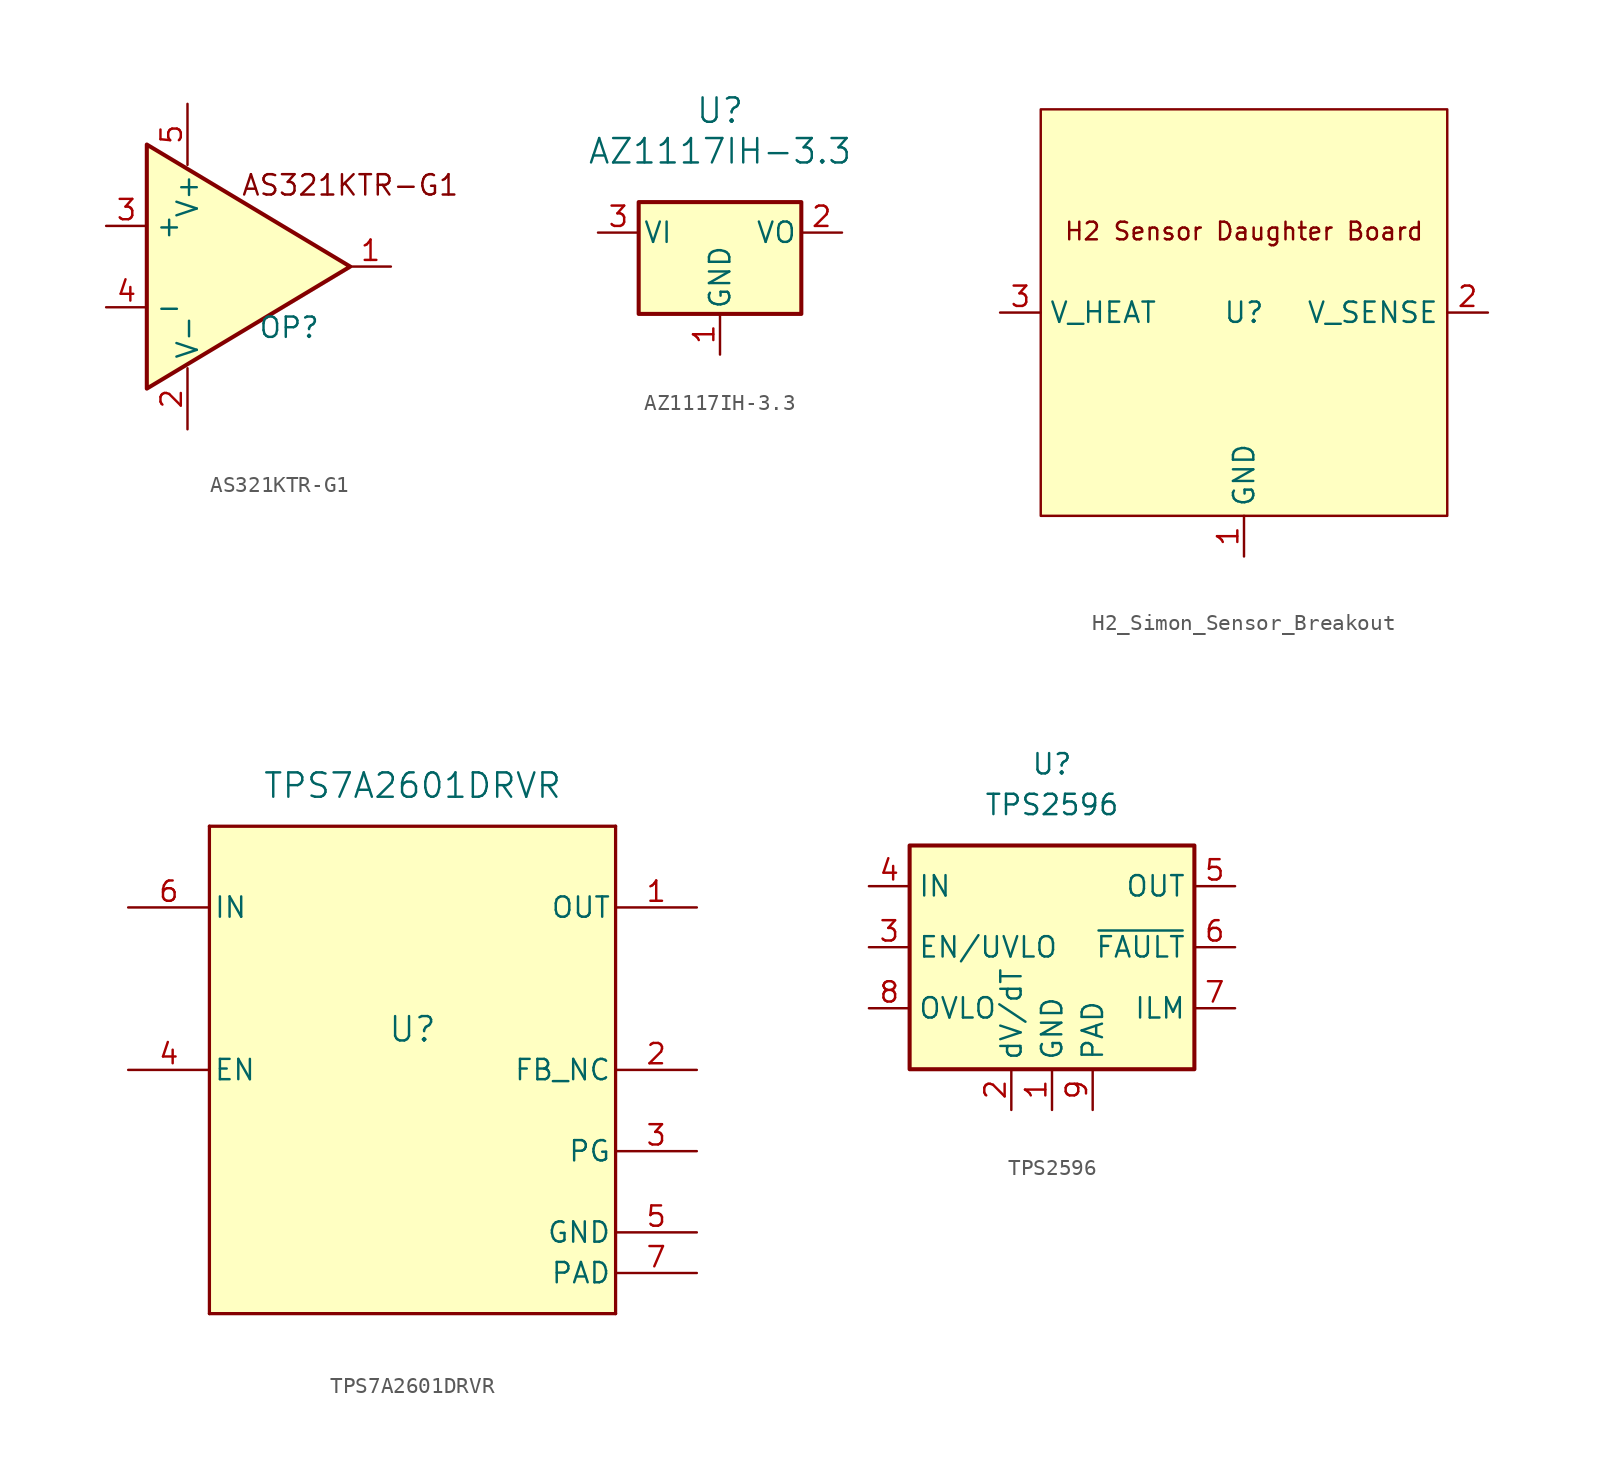
<source format=kicad_sym>
(kicad_symbol_lib
  (version 20220914)
  (generator kicad_symbol_editor)
  (symbol "AS321KTR-G1"
    (property "Reference" "OP"
      (at 3.81 -3.81 0)
      (effects (font (size 1.27 1.27))))
    (property "Value" ""
      (at 3.81 -3.81 0)
      (effects (font (size 1.27 1.27))))
    (symbol "AS321KTR-G1_0_0"
      (text "AS321KTR-G1" (at 7.62 5.08 0) (effects (font (size 1.27 1.27)))))
    (symbol "AS321KTR-G1_0_1"
      (polyline (pts (xy -5.08 7.62) (xy 7.62 0) (xy -5.08 -7.62) (xy -5.08 7.62)) (stroke (width 0.254) (type default)) (fill (type background)))
      (pin power_in line (at -2.54 -10.16 90) (length 3.81) (name "V-" (effects (font (size 1.27 1.27)))) (number "2" (effects (font (size 1.27 1.27)))))
      (pin power_in line (at -2.54 10.16 270) (length 3.81) (name "V+" (effects (font (size 1.27 1.27)))) (number "5" (effects (font (size 1.27 1.27))))))
    (symbol "AS321KTR-G1_1_1"
      (pin output line (at 10.16 0 180) (length 2.54) (name "~" (effects (font (size 1.27 1.27)))) (number "1" (effects (font (size 1.27 1.27)))))
      (pin input line (at -7.62 2.54 0) (length 2.54) (name "+" (effects (font (size 1.27 1.27)))) (number "3" (effects (font (size 1.27 1.27)))))
      (pin input line (at -7.62 -2.54 0) (length 2.54) (name "-" (effects (font (size 1.27 1.27)))) (number "4" (effects (font (size 1.27 1.27)))))))
  (symbol "AZ1117IH-3.3"
    (pin_names
      (offset 0.254))
    (property "Reference" "U"
      (at 0 7.62 0)
      (effects (font (size 1.524 1.524))))
    (property "Value" "AZ1117IH-3.3"
      (at 0 5.08 0)
      (effects (font (size 1.524 1.524))))
    (property "ki_locked" ""
      (at 0 0 0)
      (effects (font (size 1.27 1.27))))
    (symbol "AZ1117IH-3.3_0_1"
      (rectangle (start -5.08 1.905) (end 5.08 -5.08) (stroke (width 0.254) (type default)) (fill (type background))))
    (symbol "AZ1117IH-3.3_1_1"
      (pin power_in line (at 0 -7.62 90) (length 2.54) (name "GND" (effects (font (size 1.27 1.27)))) (number "1" (effects (font (size 1.27 1.27)))))
      (pin power_out line (at 7.62 0 180) (length 2.54) (name "VO" (effects (font (size 1.27 1.27)))) (number "2" (effects (font (size 1.27 1.27)))))
      (pin power_in line (at -7.62 0 0) (length 2.54) (name "VI" (effects (font (size 1.27 1.27)))) (number "3" (effects (font (size 1.27 1.27)))))))
  (symbol "H2_Simon_Sensor_Breakout"
    (property "Reference" "U"
      (at 0 0 0)
      (effects (font (size 1.27 1.27))))
    (property "Value" ""
      (at 0 0 0)
      (effects (font (size 1.27 1.27))))
    (symbol "H2_Simon_Sensor_Breakout_1_1"
      (rectangle (start -12.7 12.7) (end 12.7 -12.7) (stroke (width 0) (type default)) (fill (type background)))
      (text "H2 Sensor Daughter Board" (at 0 5.08 0) (effects (font (size 1.1 1.1))))
      (pin output line (at 0 -15.24 90) (length 2.54) (name "GND" (effects (font (size 1.27 1.27)))) (number "1" (effects (font (size 1.27 1.27)))))
      (pin output line (at 15.24 0 180) (length 2.54) (name "V_SENSE" (effects (font (size 1.27 1.27)))) (number "2" (effects (font (size 1.27 1.27)))))
      (pin output line (at -15.24 0 0) (length 2.54) (name "V_HEAT" (effects (font (size 1.27 1.27)))) (number "3" (effects (font (size 1.27 1.27)))))))
  (symbol "TPS7A2601DRVR"
    (pin_names
      (offset 0.254))
    (property "Reference" "U"
      (at 0 2.54 0)
      (effects (font (size 1.524 1.524))))
    (property "Value" "TPS7A2601DRVR"
      (at 0 17.78 0)
      (effects (font (size 1.524 1.524))))
    (property "ki_locked" ""
      (at 0 0 0)
      (effects (font (size 1.27 1.27))))
    (symbol "TPS7A2601DRVR_0_1"
      (polyline (pts (xy -12.7 -15.24) (xy 12.7 -15.24)) (stroke (width 0.203) (type default)) (fill (type none)))
      (polyline (pts (xy -12.7 15.24) (xy -12.7 -15.24)) (stroke (width 0.203) (type default)) (fill (type none)))
      (polyline (pts (xy 12.7 -15.24) (xy 12.7 15.24)) (stroke (width 0.203) (type default)) (fill (type none)))
      (polyline (pts (xy 12.7 15.24) (xy -12.7 15.24)) (stroke (width 0.203) (type default)) (fill (type none)))
      (pin power_in line (at 17.78 10.16 180) (length 5.08) (name "OUT" (effects (font (size 1.27 1.27)))) (number "1" (effects (font (size 1.27 1.27)))))
      (pin input line (at 17.78 0 180) (length 5.08) (name "FB_NC" (effects (font (size 1.27 1.27)))) (number "2" (effects (font (size 1.27 1.27)))))
      (pin open_collector line (at 17.78 -5.08 180) (length 5.08) (name "PG" (effects (font (size 1.27 1.27)))) (number "3" (effects (font (size 1.27 1.27)))))
      (pin input line (at -17.78 0 0) (length 5.08) (name "EN" (effects (font (size 1.27 1.27)))) (number "4" (effects (font (size 1.27 1.27)))))
      (pin power_in line (at 17.78 -10.16 180) (length 5.08) (name "GND" (effects (font (size 1.27 1.27)))) (number "5" (effects (font (size 1.27 1.27)))))
      (pin power_in line (at -17.78 10.16 0) (length 5.08) (name "IN" (effects (font (size 1.27 1.27)))) (number "6" (effects (font (size 1.27 1.27)))))
      (pin unspecified line (at 17.78 -12.7 180) (length 5.08) (name "PAD" (effects (font (size 1.27 1.27)))) (number "7" (effects (font (size 1.27 1.27))))))
    (symbol "TPS7A2601DRVR_1_1"
      (rectangle (start -12.7 15.24) (end 12.7 -15.24) (stroke (width 0) (type default)) (fill (type background)))))
  (symbol "TPS2596"
    (property "Reference" "U"
      (at 0 11.43 0)
      (effects (font (size 1.27 1.27))))
    (property "Value" "TPS2596"
      (at 0 8.89 0)
      (effects (font (size 1.27 1.27))))
    (symbol "TPS2596_0_1"
      (rectangle (start -8.89 6.35) (end 8.89 -7.62) (stroke (width 0.254) (type default)) (fill (type background))))
    (symbol "TPS2596_1_1"
      (pin power_in line (at 0 -10.16 90) (length 2.54) (name "GND" (effects (font (size 1.27 1.27)))) (number "1" (effects (font (size 1.27 1.27)))))
      (pin input line (at -2.54 -10.16 90) (length 2.54) (name "dV/dT" (effects (font (size 1.27 1.27)))) (number "2" (effects (font (size 1.27 1.27)))))
      (pin input line (at -11.43 0 0) (length 2.54) (name "EN/UVLO" (effects (font (size 1.27 1.27)))) (number "3" (effects (font (size 1.27 1.27)))))
      (pin power_in line (at -11.43 3.81 0) (length 2.54) (name "IN" (effects (font (size 1.27 1.27)))) (number "4" (effects (font (size 1.27 1.27)))))
      (pin power_out line (at 11.43 3.81 180) (length 2.54) (name "OUT" (effects (font (size 1.27 1.27)))) (number "5" (effects (font (size 1.27 1.27)))))
      (pin output line (at 11.43 0 180) (length 2.54) (name "~{FAULT}" (effects (font (size 1.27 1.27)))) (number "6" (effects (font (size 1.27 1.27)))))
      (pin input line (at 11.43 -3.81 180) (length 2.54) (name "ILM" (effects (font (size 1.27 1.27)))) (number "7" (effects (font (size 1.27 1.27)))))
      (pin input line (at -11.43 -3.81 0) (length 2.54) (name "OVLO" (effects (font (size 1.27 1.27)))) (number "8" (effects (font (size 1.27 1.27)))))
      (pin input line (at 2.54 -10.16 90) (length 2.54) (name "PAD" (effects (font (size 1.27 1.27)))) (number "9" (effects (font (size 1.27 1.27))))))))
</source>
